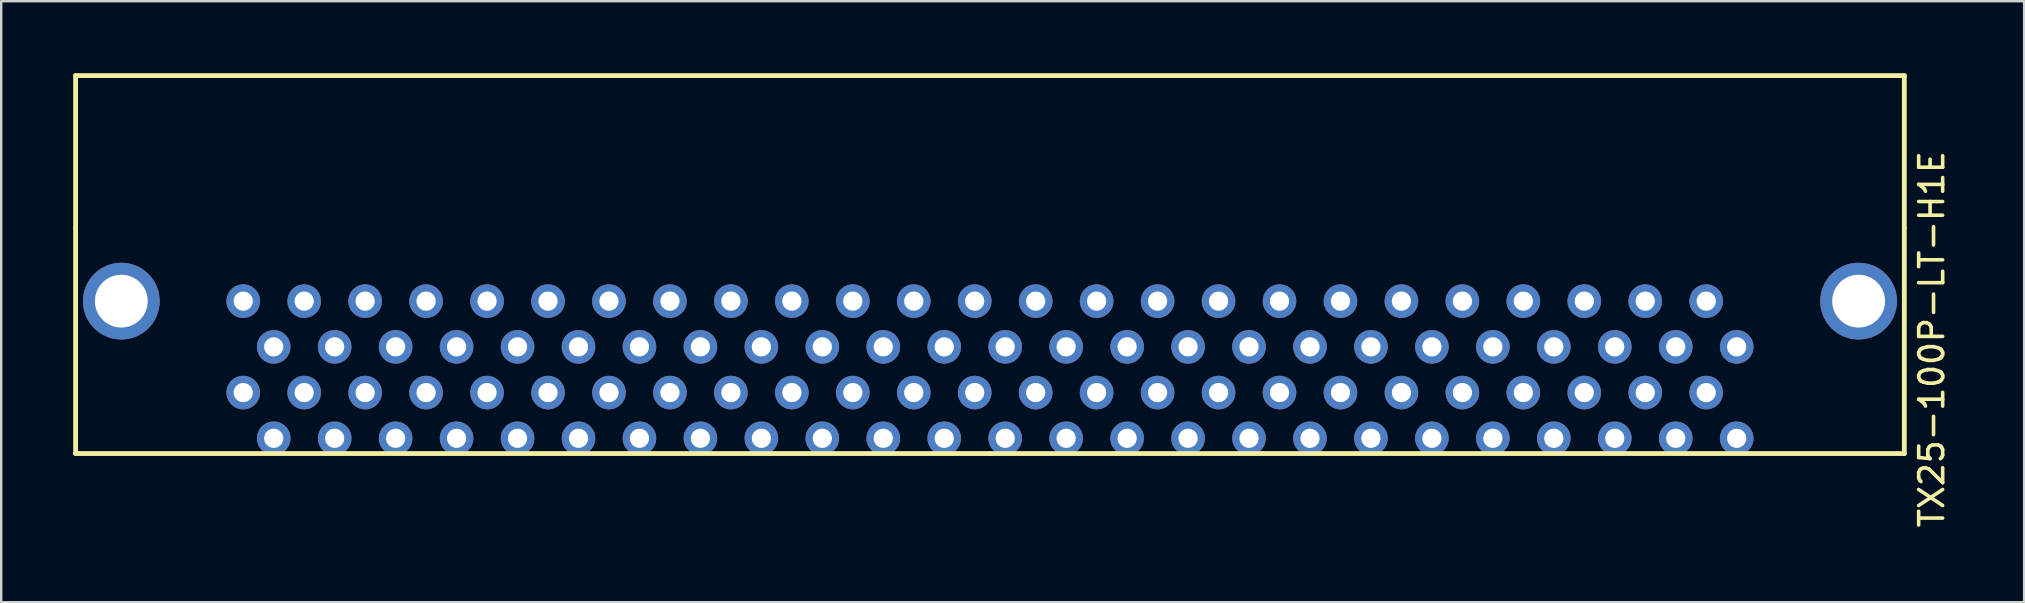
<source format=kicad_pcb>
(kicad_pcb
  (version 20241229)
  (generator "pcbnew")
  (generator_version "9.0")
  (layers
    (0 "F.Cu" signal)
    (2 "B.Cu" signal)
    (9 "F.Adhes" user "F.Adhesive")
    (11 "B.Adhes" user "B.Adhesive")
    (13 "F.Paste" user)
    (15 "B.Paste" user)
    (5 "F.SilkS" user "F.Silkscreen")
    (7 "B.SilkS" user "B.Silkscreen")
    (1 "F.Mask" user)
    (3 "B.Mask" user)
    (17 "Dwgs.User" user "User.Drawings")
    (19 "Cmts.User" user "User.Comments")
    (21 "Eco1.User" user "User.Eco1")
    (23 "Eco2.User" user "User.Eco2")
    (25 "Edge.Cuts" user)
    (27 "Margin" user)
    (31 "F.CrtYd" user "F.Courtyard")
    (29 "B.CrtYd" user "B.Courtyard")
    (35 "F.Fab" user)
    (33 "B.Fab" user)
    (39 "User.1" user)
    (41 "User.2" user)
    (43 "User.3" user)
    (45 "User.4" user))
  (footprint "TX25-100P-LT-H1E"
    (layer "F.Cu")
    (at 69.315 15.213)
    (property "Reference" "TX25-100P-LT-H1E" (at 8.128 -4.128 270) (layer "F.SilkS") (effects (font (size 1 1) (thickness 0.15))))
    (attr through_hole)
    (fp_line (start -69.215 -15.113) (end -69.215 -8.763) (stroke (width 0.2) (type solid)) (layer "F.SilkS"))
    (fp_line (start -69.215 -8.763) (end -69.215 0.635) (stroke (width 0.2) (type solid)) (layer "F.SilkS"))
    (fp_line (start -69.215 0.635) (end -31.115 0.635) (stroke (width 0.2) (type solid)) (layer "F.SilkS"))
    (fp_line (start -31.115 0.635) (end 6.985 0.635) (stroke (width 0.2) (type solid)) (layer "F.SilkS"))
    (fp_line (start 6.985 -15.113) (end -69.215 -15.113) (stroke (width 0.2) (type solid)) (layer "F.SilkS"))
    (fp_line (start 6.985 -8.763) (end 6.985 -15.113) (stroke (width 0.2) (type solid)) (layer "F.SilkS"))
    (fp_line (start 6.985 0.635) (end 6.985 -8.763) (stroke (width 0.2) (type solid)) (layer "F.SilkS"))
    (pad "A1" thru_hole circle (at 0 0 180) (size 1.4 1.4) (drill 0.8) (layers "*.Cu" "*.Mask"))
    (pad "A2" thru_hole circle (at -1.27 -1.905 180) (size 1.4 1.4) (drill 0.8) (layers "*.Cu" "*.Mask"))
    (pad "A3" thru_hole circle (at -2.54 0 180) (size 1.4 1.4) (drill 0.8) (layers "*.Cu" "*.Mask"))
    (pad "A4" thru_hole circle (at -3.81 -1.905 180) (size 1.4 1.4) (drill 0.8) (layers "*.Cu" "*.Mask"))
    (pad "A5" thru_hole circle (at -5.08 0 180) (size 1.4 1.4) (drill 0.8) (layers "*.Cu" "*.Mask"))
    (pad "A6" thru_hole circle (at -6.35 -1.905 180) (size 1.4 1.4) (drill 0.8) (layers "*.Cu" "*.Mask"))
    (pad "A7" thru_hole circle (at -7.62 0 180) (size 1.4 1.4) (drill 0.8) (layers "*.Cu" "*.Mask"))
    (pad "A8" thru_hole circle (at -8.89 -1.905 180) (size 1.4 1.4) (drill 0.8) (layers "*.Cu" "*.Mask"))
    (pad "A9" thru_hole circle (at -10.16 0 180) (size 1.4 1.4) (drill 0.8) (layers "*.Cu" "*.Mask"))
    (pad "A10" thru_hole circle (at -11.43 -1.905 180) (size 1.4 1.4) (drill 0.8) (layers "*.Cu" "*.Mask"))
    (pad "A11" thru_hole circle (at -12.7 0 180) (size 1.4 1.4) (drill 0.8) (layers "*.Cu" "*.Mask"))
    (pad "A12" thru_hole circle (at -13.97 -1.905 180) (size 1.4 1.4) (drill 0.8) (layers "*.Cu" "*.Mask"))
    (pad "A13" thru_hole circle (at -15.24 0 180) (size 1.4 1.4) (drill 0.8) (layers "*.Cu" "*.Mask"))
    (pad "A14" thru_hole circle (at -16.51 -1.905 180) (size 1.4 1.4) (drill 0.8) (layers "*.Cu" "*.Mask"))
    (pad "A15" thru_hole circle (at -17.78 0 180) (size 1.4 1.4) (drill 0.8) (layers "*.Cu" "*.Mask"))
    (pad "A16" thru_hole circle (at -19.05 -1.905 180) (size 1.4 1.4) (drill 0.8) (layers "*.Cu" "*.Mask"))
    (pad "A17" thru_hole circle (at -20.32 0 180) (size 1.4 1.4) (drill 0.8) (layers "*.Cu" "*.Mask"))
    (pad "A18" thru_hole circle (at -21.59 -1.905 180) (size 1.4 1.4) (drill 0.8) (layers "*.Cu" "*.Mask"))
    (pad "A19" thru_hole circle (at -22.86 0 180) (size 1.4 1.4) (drill 0.8) (layers "*.Cu" "*.Mask"))
    (pad "A20" thru_hole circle (at -24.13 -1.905 180) (size 1.4 1.4) (drill 0.8) (layers "*.Cu" "*.Mask"))
    (pad "A21" thru_hole circle (at -25.4 0 180) (size 1.4 1.4) (drill 0.8) (layers "*.Cu" "*.Mask"))
    (pad "A22" thru_hole circle (at -26.67 -1.905 180) (size 1.4 1.4) (drill 0.8) (layers "*.Cu" "*.Mask"))
    (pad "A23" thru_hole circle (at -27.94 0 180) (size 1.4 1.4) (drill 0.8) (layers "*.Cu" "*.Mask"))
    (pad "A24" thru_hole circle (at -29.21 -1.905 180) (size 1.4 1.4) (drill 0.8) (layers "*.Cu" "*.Mask"))
    (pad "A25" thru_hole circle (at -30.48 0 180) (size 1.4 1.4) (drill 0.8) (layers "*.Cu" "*.Mask"))
    (pad "A26" thru_hole circle (at -31.75 -1.905 180) (size 1.4 1.4) (drill 0.8) (layers "*.Cu" "*.Mask"))
    (pad "A27" thru_hole circle (at -33.02 0 180) (size 1.4 1.4) (drill 0.8) (layers "*.Cu" "*.Mask"))
    (pad "A28" thru_hole circle (at -34.29 -1.905 180) (size 1.4 1.4) (drill 0.8) (layers "*.Cu" "*.Mask"))
    (pad "A29" thru_hole circle (at -35.56 0 180) (size 1.4 1.4) (drill 0.8) (layers "*.Cu" "*.Mask"))
    (pad "A30" thru_hole circle (at -36.83 -1.905 180) (size 1.4 1.4) (drill 0.8) (layers "*.Cu" "*.Mask"))
    (pad "A31" thru_hole circle (at -38.1 0 180) (size 1.4 1.4) (drill 0.8) (layers "*.Cu" "*.Mask"))
    (pad "A32" thru_hole circle (at -39.37 -1.905 180) (size 1.4 1.4) (drill 0.8) (layers "*.Cu" "*.Mask"))
    (pad "A33" thru_hole circle (at -40.64 0 180) (size 1.4 1.4) (drill 0.8) (layers "*.Cu" "*.Mask"))
    (pad "A34" thru_hole circle (at -41.91 -1.905 180) (size 1.4 1.4) (drill 0.8) (layers "*.Cu" "*.Mask"))
    (pad "A35" thru_hole circle (at -43.18 0 180) (size 1.4 1.4) (drill 0.8) (layers "*.Cu" "*.Mask"))
    (pad "A36" thru_hole circle (at -44.45 -1.905 180) (size 1.4 1.4) (drill 0.8) (layers "*.Cu" "*.Mask"))
    (pad "A37" thru_hole circle (at -45.72 0 180) (size 1.4 1.4) (drill 0.8) (layers "*.Cu" "*.Mask"))
    (pad "A38" thru_hole circle (at -46.99 -1.905 180) (size 1.4 1.4) (drill 0.8) (layers "*.Cu" "*.Mask"))
    (pad "A39" thru_hole circle (at -48.26 0 180) (size 1.4 1.4) (drill 0.8) (layers "*.Cu" "*.Mask"))
    (pad "A40" thru_hole circle (at -49.53 -1.905 180) (size 1.4 1.4) (drill 0.8) (layers "*.Cu" "*.Mask"))
    (pad "A41" thru_hole circle (at -50.8 0 180) (size 1.4 1.4) (drill 0.8) (layers "*.Cu" "*.Mask"))
    (pad "A42" thru_hole circle (at -52.07 -1.905 180) (size 1.4 1.4) (drill 0.8) (layers "*.Cu" "*.Mask"))
    (pad "A43" thru_hole circle (at -53.34 0 180) (size 1.4 1.4) (drill 0.8) (layers "*.Cu" "*.Mask"))
    (pad "A44" thru_hole circle (at -54.61 -1.905 180) (size 1.4 1.4) (drill 0.8) (layers "*.Cu" "*.Mask"))
    (pad "A45" thru_hole circle (at -55.88 0 180) (size 1.4 1.4) (drill 0.8) (layers "*.Cu" "*.Mask"))
    (pad "A46" thru_hole circle (at -57.15 -1.905 180) (size 1.4 1.4) (drill 0.8) (layers "*.Cu" "*.Mask"))
    (pad "A47" thru_hole circle (at -58.42 0 180) (size 1.4 1.4) (drill 0.8) (layers "*.Cu" "*.Mask"))
    (pad "A48" thru_hole circle (at -59.69 -1.905 180) (size 1.4 1.4) (drill 0.8) (layers "*.Cu" "*.Mask"))
    (pad "A49" thru_hole circle (at -60.96 0 180) (size 1.4 1.4) (drill 0.8) (layers "*.Cu" "*.Mask"))
    (pad "A50" thru_hole circle (at -62.23 -1.905 180) (size 1.4 1.4) (drill 0.8) (layers "*.Cu" "*.Mask"))
    (pad "B1" thru_hole circle (at 0 -3.81 180) (size 1.4 1.4) (drill 0.8) (layers "*.Cu" "*.Mask"))
    (pad "B2" thru_hole circle (at -1.27 -5.715 180) (size 1.4 1.4) (drill 0.8) (layers "*.Cu" "*.Mask"))
    (pad "B3" thru_hole circle (at -2.54 -3.81 180) (size 1.4 1.4) (drill 0.8) (layers "*.Cu" "*.Mask"))
    (pad "B4" thru_hole circle (at -3.81 -5.715 180) (size 1.4 1.4) (drill 0.8) (layers "*.Cu" "*.Mask"))
    (pad "B5" thru_hole circle (at -5.08 -3.81 180) (size 1.4 1.4) (drill 0.8) (layers "*.Cu" "*.Mask"))
    (pad "B6" thru_hole circle (at -6.35 -5.715 180) (size 1.4 1.4) (drill 0.8) (layers "*.Cu" "*.Mask"))
    (pad "B7" thru_hole circle (at -7.62 -3.81 180) (size 1.4 1.4) (drill 0.8) (layers "*.Cu" "*.Mask"))
    (pad "B8" thru_hole circle (at -8.89 -5.715 180) (size 1.4 1.4) (drill 0.8) (layers "*.Cu" "*.Mask"))
    (pad "B9" thru_hole circle (at -10.16 -3.81 180) (size 1.4 1.4) (drill 0.8) (layers "*.Cu" "*.Mask"))
    (pad "B10" thru_hole circle (at -11.43 -5.715 180) (size 1.4 1.4) (drill 0.8) (layers "*.Cu" "*.Mask"))
    (pad "B11" thru_hole circle (at -12.7 -3.81 180) (size 1.4 1.4) (drill 0.8) (layers "*.Cu" "*.Mask"))
    (pad "B12" thru_hole circle (at -13.97 -5.715 180) (size 1.4 1.4) (drill 0.8) (layers "*.Cu" "*.Mask"))
    (pad "B13" thru_hole circle (at -15.24 -3.81 180) (size 1.4 1.4) (drill 0.8) (layers "*.Cu" "*.Mask"))
    (pad "B14" thru_hole circle (at -16.51 -5.715 180) (size 1.4 1.4) (drill 0.8) (layers "*.Cu" "*.Mask"))
    (pad "B15" thru_hole circle (at -17.78 -3.81 180) (size 1.4 1.4) (drill 0.8) (layers "*.Cu" "*.Mask"))
    (pad "B16" thru_hole circle (at -19.05 -5.715 180) (size 1.4 1.4) (drill 0.8) (layers "*.Cu" "*.Mask"))
    (pad "B17" thru_hole circle (at -20.32 -3.81 180) (size 1.4 1.4) (drill 0.8) (layers "*.Cu" "*.Mask"))
    (pad "B18" thru_hole circle (at -21.59 -5.715 180) (size 1.4 1.4) (drill 0.8) (layers "*.Cu" "*.Mask"))
    (pad "B19" thru_hole circle (at -22.86 -3.81 180) (size 1.4 1.4) (drill 0.8) (layers "*.Cu" "*.Mask"))
    (pad "B20" thru_hole circle (at -24.13 -5.715 180) (size 1.4 1.4) (drill 0.8) (layers "*.Cu" "*.Mask"))
    (pad "B21" thru_hole circle (at -25.4 -3.81 180) (size 1.4 1.4) (drill 0.8) (layers "*.Cu" "*.Mask"))
    (pad "B22" thru_hole circle (at -26.67 -5.715 180) (size 1.4 1.4) (drill 0.8) (layers "*.Cu" "*.Mask"))
    (pad "B23" thru_hole circle (at -27.94 -3.81 180) (size 1.4 1.4) (drill 0.8) (layers "*.Cu" "*.Mask"))
    (pad "B24" thru_hole circle (at -29.21 -5.715 180) (size 1.4 1.4) (drill 0.8) (layers "*.Cu" "*.Mask"))
    (pad "B25" thru_hole circle (at -30.48 -3.81 180) (size 1.4 1.4) (drill 0.8) (layers "*.Cu" "*.Mask"))
    (pad "B26" thru_hole circle (at -31.75 -5.715 180) (size 1.4 1.4) (drill 0.8) (layers "*.Cu" "*.Mask"))
    (pad "B27" thru_hole circle (at -33.02 -3.81 180) (size 1.4 1.4) (drill 0.8) (layers "*.Cu" "*.Mask"))
    (pad "B28" thru_hole circle (at -34.29 -5.715 180) (size 1.4 1.4) (drill 0.8) (layers "*.Cu" "*.Mask"))
    (pad "B29" thru_hole circle (at -35.56 -3.81 180) (size 1.4 1.4) (drill 0.8) (layers "*.Cu" "*.Mask"))
    (pad "B30" thru_hole circle (at -36.83 -5.715 180) (size 1.4 1.4) (drill 0.8) (layers "*.Cu" "*.Mask"))
    (pad "B31" thru_hole circle (at -38.1 -3.81 180) (size 1.4 1.4) (drill 0.8) (layers "*.Cu" "*.Mask"))
    (pad "B32" thru_hole circle (at -39.37 -5.715 180) (size 1.4 1.4) (drill 0.8) (layers "*.Cu" "*.Mask"))
    (pad "B33" thru_hole circle (at -40.64 -3.81 180) (size 1.4 1.4) (drill 0.8) (layers "*.Cu" "*.Mask"))
    (pad "B34" thru_hole circle (at -41.91 -5.715 180) (size 1.4 1.4) (drill 0.8) (layers "*.Cu" "*.Mask"))
    (pad "B35" thru_hole circle (at -43.18 -3.81 180) (size 1.4 1.4) (drill 0.8) (layers "*.Cu" "*.Mask"))
    (pad "B36" thru_hole circle (at -44.45 -5.715 180) (size 1.4 1.4) (drill 0.8) (layers "*.Cu" "*.Mask"))
    (pad "B37" thru_hole circle (at -45.72 -3.81 180) (size 1.4 1.4) (drill 0.8) (layers "*.Cu" "*.Mask"))
    (pad "B38" thru_hole circle (at -46.99 -5.715 180) (size 1.4 1.4) (drill 0.8) (layers "*.Cu" "*.Mask"))
    (pad "B39" thru_hole circle (at -48.26 -3.81 180) (size 1.4 1.4) (drill 0.8) (layers "*.Cu" "*.Mask"))
    (pad "B40" thru_hole circle (at -49.53 -5.715 180) (size 1.4 1.4) (drill 0.8) (layers "*.Cu" "*.Mask"))
    (pad "B41" thru_hole circle (at -50.8 -3.81 180) (size 1.4 1.4) (drill 0.8) (layers "*.Cu" "*.Mask"))
    (pad "B42" thru_hole circle (at -52.07 -5.715 180) (size 1.4 1.4) (drill 0.8) (layers "*.Cu" "*.Mask"))
    (pad "B43" thru_hole circle (at -53.34 -3.81 180) (size 1.4 1.4) (drill 0.8) (layers "*.Cu" "*.Mask"))
    (pad "B44" thru_hole circle (at -54.61 -5.715 180) (size 1.4 1.4) (drill 0.8) (layers "*.Cu" "*.Mask"))
    (pad "B45" thru_hole circle (at -55.88 -3.81 180) (size 1.4 1.4) (drill 0.8) (layers "*.Cu" "*.Mask"))
    (pad "B46" thru_hole circle (at -57.15 -5.715 180) (size 1.4 1.4) (drill 0.8) (layers "*.Cu" "*.Mask"))
    (pad "B47" thru_hole circle (at -58.42 -3.81 180) (size 1.4 1.4) (drill 0.8) (layers "*.Cu" "*.Mask"))
    (pad "B48" thru_hole circle (at -59.69 -5.715 180) (size 1.4 1.4) (drill 0.8) (layers "*.Cu" "*.Mask"))
    (pad "B49" thru_hole circle (at -60.96 -3.81 180) (size 1.4 1.4) (drill 0.8) (layers "*.Cu" "*.Mask"))
    (pad "B50" thru_hole circle (at -62.23 -5.715 180) (size 1.4 1.4) (drill 0.8) (layers "*.Cu" "*.Mask"))
    (pad "S" thru_hole circle (at -67.31 -5.715 180) (size 3.2 3.2) (drill 2.2) (layers "*.Cu" "*.Mask"))
    (pad "S" thru_hole circle (at 5.08 -5.715 180) (size 3.2 3.2) (drill 2.2) (layers "*.Cu" "*.Mask")))
  (gr_rect
    (start -3 -3)
    (end 81.291 22.044)
    (stroke (width 0.1) (type default))
    (fill no)
    (layer "Edge.Cuts")))
</source>
